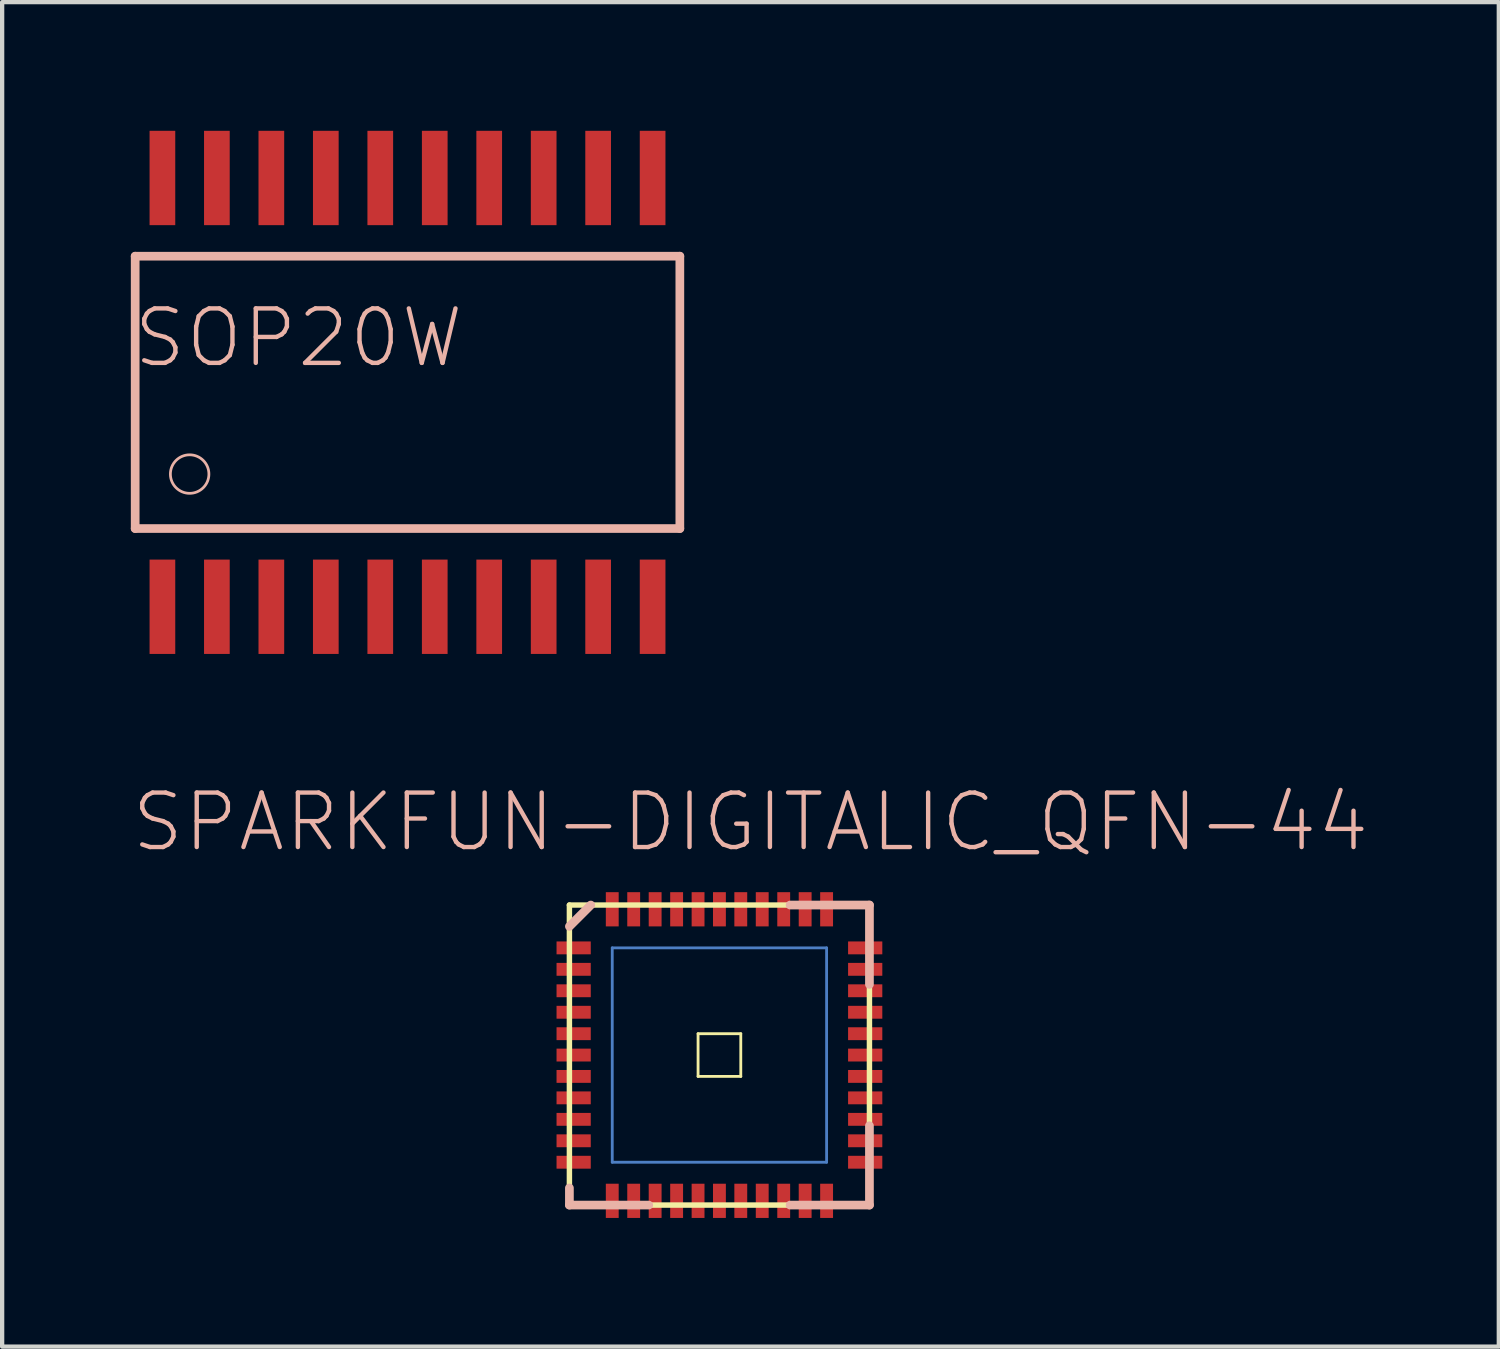
<source format=kicad_pcb>
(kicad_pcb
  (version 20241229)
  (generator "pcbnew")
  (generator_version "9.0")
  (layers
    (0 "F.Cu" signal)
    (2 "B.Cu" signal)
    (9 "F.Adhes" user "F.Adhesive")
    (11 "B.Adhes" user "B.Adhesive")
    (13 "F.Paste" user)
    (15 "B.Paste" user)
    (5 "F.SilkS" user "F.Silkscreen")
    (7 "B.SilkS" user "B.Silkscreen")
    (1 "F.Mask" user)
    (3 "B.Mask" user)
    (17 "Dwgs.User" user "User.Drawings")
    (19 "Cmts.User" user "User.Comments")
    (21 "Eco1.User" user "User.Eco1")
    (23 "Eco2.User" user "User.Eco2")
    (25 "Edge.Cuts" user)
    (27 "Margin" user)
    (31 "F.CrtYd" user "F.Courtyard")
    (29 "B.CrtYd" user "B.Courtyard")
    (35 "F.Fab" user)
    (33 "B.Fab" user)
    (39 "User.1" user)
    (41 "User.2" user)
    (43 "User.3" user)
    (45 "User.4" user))
  (footprint "SOP20W"
    (layer "F.Cu")
    (at 6.452 6.099)
    (property "Reference" "SOP20W" (at -2.54 -1.27 0) (layer "B.SilkS") (effects (font (size 1.27 1.27) (thickness 0.102))))
    (attr smd)
    (fp_line (start -6.35 -3.175) (end 6.35 -3.175) (stroke (width 0.203) (type solid)) (layer "B.SilkS"))
    (fp_line (start -6.35 3.175) (end -6.35 -3.175) (stroke (width 0.203) (type solid)) (layer "B.SilkS"))
    (fp_line (start 6.35 -3.175) (end 6.35 3.175) (stroke (width 0.203) (type solid)) (layer "B.SilkS"))
    (fp_line (start 6.35 3.175) (end -6.35 3.175) (stroke (width 0.203) (type solid)) (layer "B.SilkS"))
    (fp_circle (center -5.08 1.905) (end -5.397 2.223) (stroke (width 0.064) (type solid)) (fill no) (layer "B.SilkS"))
    (pad "1" smd rect (at -5.715 4.999) (size 0.599 2.2) (layers "F.Cu" "F.Mask" "F.Paste"))
    (pad "2" smd rect (at -4.445 4.999) (size 0.599 2.2) (layers "F.Cu" "F.Mask" "F.Paste"))
    (pad "3" smd rect (at -3.175 4.999) (size 0.599 2.2) (layers "F.Cu" "F.Mask" "F.Paste"))
    (pad "4" smd rect (at -1.905 4.999) (size 0.599 2.2) (layers "F.Cu" "F.Mask" "F.Paste"))
    (pad "5" smd rect (at -0.635 4.999) (size 0.599 2.2) (layers "F.Cu" "F.Mask" "F.Paste"))
    (pad "6" smd rect (at 0.635 4.999) (size 0.599 2.2) (layers "F.Cu" "F.Mask" "F.Paste"))
    (pad "7" smd rect (at 1.905 4.999) (size 0.599 2.2) (layers "F.Cu" "F.Mask" "F.Paste"))
    (pad "8" smd rect (at 3.175 4.999) (size 0.599 2.2) (layers "F.Cu" "F.Mask" "F.Paste"))
    (pad "9" smd rect (at 4.445 4.999) (size 0.599 2.2) (layers "F.Cu" "F.Mask" "F.Paste"))
    (pad "10" smd rect (at 5.715 4.999) (size 0.599 2.2) (layers "F.Cu" "F.Mask" "F.Paste"))
    (pad "11" smd rect (at 5.715 -4.999) (size 0.599 2.2) (layers "F.Cu" "F.Mask" "F.Paste"))
    (pad "12" smd rect (at 4.445 -4.999) (size 0.599 2.2) (layers "F.Cu" "F.Mask" "F.Paste"))
    (pad "13" smd rect (at 3.175 -4.999) (size 0.599 2.2) (layers "F.Cu" "F.Mask" "F.Paste"))
    (pad "14" smd rect (at 1.905 -4.999) (size 0.599 2.2) (layers "F.Cu" "F.Mask" "F.Paste"))
    (pad "15" smd rect (at 0.635 -4.999) (size 0.599 2.2) (layers "F.Cu" "F.Mask" "F.Paste"))
    (pad "16" smd rect (at -0.635 -4.999) (size 0.599 2.2) (layers "F.Cu" "F.Mask" "F.Paste"))
    (pad "17" smd rect (at -1.905 -4.999) (size 0.599 2.2) (layers "F.Cu" "F.Mask" "F.Paste"))
    (pad "18" smd rect (at -3.175 -4.999) (size 0.599 2.2) (layers "F.Cu" "F.Mask" "F.Paste"))
    (pad "19" smd rect (at -4.445 -4.999) (size 0.599 2.2) (layers "F.Cu" "F.Mask" "F.Paste"))
    (pad "20" smd rect (at -5.715 -4.999) (size 0.599 2.2) (layers "F.Cu" "F.Mask" "F.Paste")))
  (footprint "SPARKFUN-DIGITALIC_QFN-44"
    (layer "F.Cu")
    (at 13.725 21.551)
    (property "Reference" "SPARKFUN-DIGITALIC_QFN-44" (at 0.724 -5.433 0) (layer "B.SilkS") (effects (font (size 1.27 1.27) (thickness 0.102))))
    (attr smd)
    (fp_line (start -2.499 -2.499) (end 2.499 -2.499) (stroke (width 0.066) (type solid)) (layer "B.Cu"))
    (fp_line (start -2.499 2.499) (end -2.499 -2.499) (stroke (width 0.066) (type solid)) (layer "B.Cu"))
    (fp_line (start -2.499 2.499) (end 2.499 2.499) (stroke (width 0.066) (type solid)) (layer "B.Cu"))
    (fp_line (start 2.499 2.499) (end 2.499 -2.499) (stroke (width 0.066) (type solid)) (layer "B.Cu"))
    (fp_line (start -3.498 -3.498) (end -3.498 3.498) (stroke (width 0.127) (type solid)) (layer "F.SilkS"))
    (fp_line (start -3.399 3.498) (end 3.498 3.498) (stroke (width 0.127) (type solid)) (layer "F.SilkS"))
    (fp_line (start -0.498 -0.498) (end 0.498 -0.498) (stroke (width 0.066) (type solid)) (layer "F.SilkS"))
    (fp_line (start -0.498 0.498) (end -0.498 -0.498) (stroke (width 0.066) (type solid)) (layer "F.SilkS"))
    (fp_line (start -0.498 0.498) (end 0.498 0.498) (stroke (width 0.066) (type solid)) (layer "F.SilkS"))
    (fp_line (start 0.498 0.498) (end 0.498 -0.498) (stroke (width 0.066) (type solid)) (layer "F.SilkS"))
    (fp_line (start 3.498 -3.498) (end -3.498 -3.498) (stroke (width 0.127) (type solid)) (layer "F.SilkS"))
    (fp_line (start 3.498 3.498) (end 3.498 -3.498) (stroke (width 0.127) (type solid)) (layer "F.SilkS"))
    (fp_line (start -3.498 3.498) (end -3.498 3.099) (stroke (width 0.203) (type solid)) (layer "B.SilkS"))
    (fp_line (start -3 -3.498) (end -3.498 -3) (stroke (width 0.203) (type solid)) (layer "B.SilkS"))
    (fp_line (start -1.648 3.498) (end -3.498 3.498) (stroke (width 0.203) (type solid)) (layer "B.SilkS"))
    (fp_line (start 1.648 3.498) (end 3.498 3.498) (stroke (width 0.203) (type solid)) (layer "B.SilkS"))
    (fp_line (start 3.498 -3.498) (end 1.648 -3.498) (stroke (width 0.203) (type solid)) (layer "B.SilkS"))
    (fp_line (start 3.498 -1.648) (end 3.498 -3.498) (stroke (width 0.203) (type solid)) (layer "B.SilkS"))
    (fp_line (start 3.498 1.648) (end 3.498 3.498) (stroke (width 0.203) (type solid)) (layer "B.SilkS"))
    (pad "1" smd rect (at -3.399 -2.499 180) (size 0.798 0.3) (layers "F.Cu" "F.Mask" "F.Paste"))
    (pad "2" smd rect (at -3.399 -1.999 180) (size 0.798 0.3) (layers "F.Cu" "F.Mask" "F.Paste"))
    (pad "3" smd rect (at -3.399 -1.499 180) (size 0.798 0.3) (layers "F.Cu" "F.Mask" "F.Paste"))
    (pad "4" smd rect (at -3.399 -0.998 180) (size 0.798 0.3) (layers "F.Cu" "F.Mask" "F.Paste"))
    (pad "5" smd rect (at -3.399 -0.498 180) (size 0.798 0.3) (layers "F.Cu" "F.Mask" "F.Paste"))
    (pad "6" smd rect (at -3.399 0 180) (size 0.798 0.3) (layers "F.Cu" "F.Mask" "F.Paste"))
    (pad "7" smd rect (at -3.399 0.498) (size 0.798 0.3) (layers "F.Cu" "F.Mask" "F.Paste"))
    (pad "8" smd rect (at -3.399 0.998) (size 0.798 0.3) (layers "F.Cu" "F.Mask" "F.Paste"))
    (pad "9" smd rect (at -3.399 1.499) (size 0.798 0.3) (layers "F.Cu" "F.Mask" "F.Paste"))
    (pad "10" smd rect (at -3.399 1.999) (size 0.798 0.3) (layers "F.Cu" "F.Mask" "F.Paste"))
    (pad "11" smd rect (at -3.399 2.499) (size 0.798 0.3) (layers "F.Cu" "F.Mask" "F.Paste"))
    (pad "12" smd rect (at -2.499 3.399 270) (size 0.798 0.3) (layers "F.Cu" "F.Mask" "F.Paste"))
    (pad "13" smd rect (at -1.999 3.399 270) (size 0.798 0.3) (layers "F.Cu" "F.Mask" "F.Paste"))
    (pad "14" smd rect (at -1.499 3.399 270) (size 0.798 0.3) (layers "F.Cu" "F.Mask" "F.Paste"))
    (pad "15" smd rect (at -0.998 3.399 270) (size 0.798 0.3) (layers "F.Cu" "F.Mask" "F.Paste"))
    (pad "16" smd rect (at -0.498 3.399 270) (size 0.798 0.3) (layers "F.Cu" "F.Mask" "F.Paste"))
    (pad "17" smd rect (at 0 3.399 270) (size 0.798 0.3) (layers "F.Cu" "F.Mask" "F.Paste"))
    (pad "18" smd rect (at 0.498 3.399 90) (size 0.798 0.3) (layers "F.Cu" "F.Mask" "F.Paste"))
    (pad "19" smd rect (at 0.998 3.399 90) (size 0.798 0.3) (layers "F.Cu" "F.Mask" "F.Paste"))
    (pad "20" smd rect (at 1.499 3.399 90) (size 0.798 0.3) (layers "F.Cu" "F.Mask" "F.Paste"))
    (pad "21" smd rect (at 1.999 3.399 90) (size 0.798 0.3) (layers "F.Cu" "F.Mask" "F.Paste"))
    (pad "22" smd rect (at 2.499 3.399 90) (size 0.798 0.3) (layers "F.Cu" "F.Mask" "F.Paste"))
    (pad "23" smd rect (at 3.399 2.499) (size 0.798 0.3) (layers "F.Cu" "F.Mask" "F.Paste"))
    (pad "24" smd rect (at 3.399 1.999) (size 0.798 0.3) (layers "F.Cu" "F.Mask" "F.Paste"))
    (pad "25" smd rect (at 3.399 1.499) (size 0.798 0.3) (layers "F.Cu" "F.Mask" "F.Paste"))
    (pad "26" smd rect (at 3.399 0.998) (size 0.798 0.3) (layers "F.Cu" "F.Mask" "F.Paste"))
    (pad "27" smd rect (at 3.399 0.498) (size 0.798 0.3) (layers "F.Cu" "F.Mask" "F.Paste"))
    (pad "28" smd rect (at 3.399 0) (size 0.798 0.3) (layers "F.Cu" "F.Mask" "F.Paste"))
    (pad "29" smd rect (at 3.399 -0.498 180) (size 0.798 0.3) (layers "F.Cu" "F.Mask" "F.Paste"))
    (pad "30" smd rect (at 3.399 -0.998 180) (size 0.798 0.3) (layers "F.Cu" "F.Mask" "F.Paste"))
    (pad "31" smd rect (at 3.399 -1.499 180) (size 0.798 0.3) (layers "F.Cu" "F.Mask" "F.Paste"))
    (pad "32" smd rect (at 3.399 -1.999 180) (size 0.798 0.3) (layers "F.Cu" "F.Mask" "F.Paste"))
    (pad "33" smd rect (at 3.399 -2.499 180) (size 0.798 0.3) (layers "F.Cu" "F.Mask" "F.Paste"))
    (pad "34" smd rect (at 2.499 -3.399 90) (size 0.798 0.3) (layers "F.Cu" "F.Mask" "F.Paste"))
    (pad "35" smd rect (at 1.999 -3.399 90) (size 0.798 0.3) (layers "F.Cu" "F.Mask" "F.Paste"))
    (pad "36" smd rect (at 1.499 -3.399 90) (size 0.798 0.3) (layers "F.Cu" "F.Mask" "F.Paste"))
    (pad "37" smd rect (at 0.998 -3.399 90) (size 0.798 0.3) (layers "F.Cu" "F.Mask" "F.Paste"))
    (pad "38" smd rect (at 0.498 -3.399 90) (size 0.798 0.3) (layers "F.Cu" "F.Mask" "F.Paste"))
    (pad "39" smd rect (at 0 -3.399 90) (size 0.798 0.3) (layers "F.Cu" "F.Mask" "F.Paste"))
    (pad "40" smd rect (at -0.498 -3.399 270) (size 0.798 0.3) (layers "F.Cu" "F.Mask" "F.Paste"))
    (pad "41" smd rect (at -0.998 -3.399 270) (size 0.798 0.3) (layers "F.Cu" "F.Mask" "F.Paste"))
    (pad "42" smd rect (at -1.499 -3.399 270) (size 0.798 0.3) (layers "F.Cu" "F.Mask" "F.Paste"))
    (pad "43" smd rect (at -1.999 -3.399 270) (size 0.798 0.3) (layers "F.Cu" "F.Mask" "F.Paste"))
    (pad "44" smd rect (at -2.499 -3.399 270) (size 0.798 0.3) (layers "F.Cu" "F.Mask" "F.Paste")))
  (gr_rect
    (start -3 -3)
    (end 31.898 28.349)
    (stroke (width 0.1) (type default))
    (fill no)
    (layer "Edge.Cuts")))
</source>
